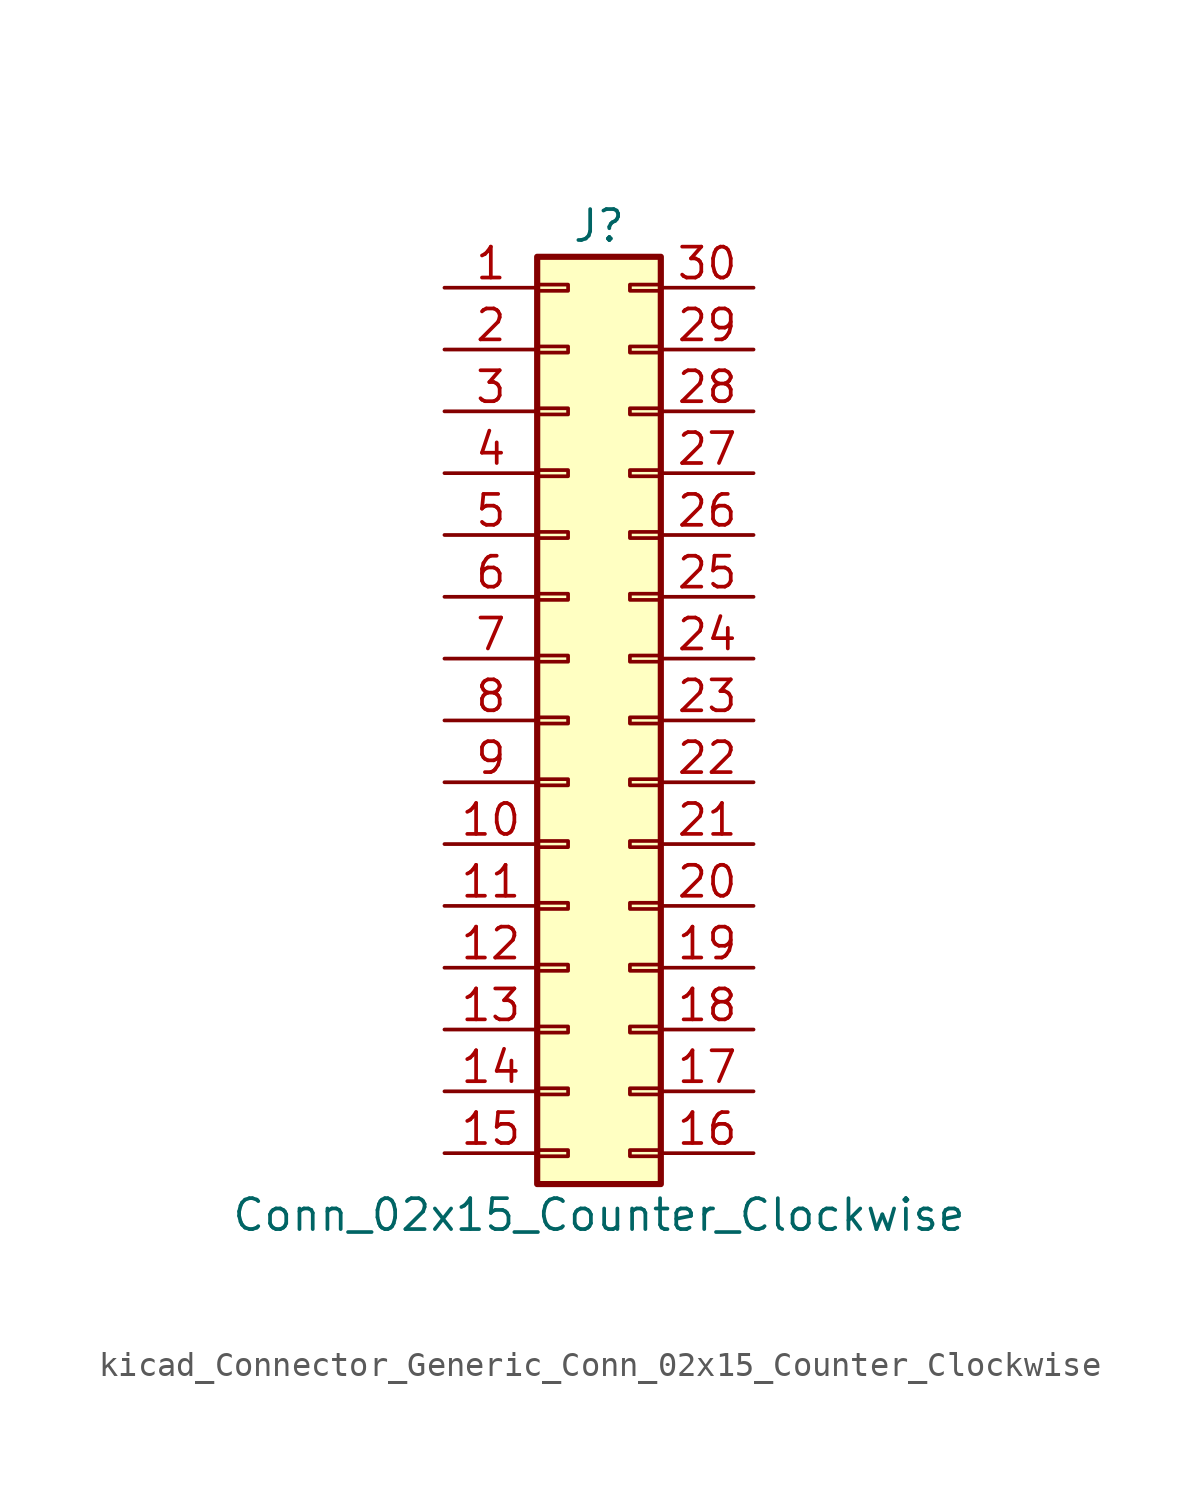
<source format=kicad_sym>
(kicad_symbol_lib
  (version 20220914)
  (generator kicad_symbol_editor)
  (symbol "kicad_Connector_Generic_Conn_02x15_Counter_Clockwise"
    (pin_names
      (offset 1.016) hide)
    (property "Reference" "J"
      (at 1.27 20.32 0)
      (effects (font (size 1.27 1.27))))
    (property "Value" "Conn_02x15_Counter_Clockwise"
      (at 1.27 -20.32 0)
      (effects (font (size 1.27 1.27))))
    (symbol "kicad_Connector_Generic_Conn_02x15_Counter_Clockwise_1_1"
      (rectangle (start -1.27 -17.653) (end 0 -17.907) (stroke (width 0.152) (type default)) (fill (type none)))
      (rectangle (start -1.27 -15.113) (end 0 -15.367) (stroke (width 0.152) (type default)) (fill (type none)))
      (rectangle (start -1.27 -12.573) (end 0 -12.827) (stroke (width 0.152) (type default)) (fill (type none)))
      (rectangle (start -1.27 -10.033) (end 0 -10.287) (stroke (width 0.152) (type default)) (fill (type none)))
      (rectangle (start -1.27 -7.493) (end 0 -7.747) (stroke (width 0.152) (type default)) (fill (type none)))
      (rectangle (start -1.27 -4.953) (end 0 -5.207) (stroke (width 0.152) (type default)) (fill (type none)))
      (rectangle (start -1.27 -2.413) (end 0 -2.667) (stroke (width 0.152) (type default)) (fill (type none)))
      (rectangle (start -1.27 0.127) (end 0 -0.127) (stroke (width 0.152) (type default)) (fill (type none)))
      (rectangle (start -1.27 2.667) (end 0 2.413) (stroke (width 0.152) (type default)) (fill (type none)))
      (rectangle (start -1.27 5.207) (end 0 4.953) (stroke (width 0.152) (type default)) (fill (type none)))
      (rectangle (start -1.27 7.747) (end 0 7.493) (stroke (width 0.152) (type default)) (fill (type none)))
      (rectangle (start -1.27 10.287) (end 0 10.033) (stroke (width 0.152) (type default)) (fill (type none)))
      (rectangle (start -1.27 12.827) (end 0 12.573) (stroke (width 0.152) (type default)) (fill (type none)))
      (rectangle (start -1.27 15.367) (end 0 15.113) (stroke (width 0.152) (type default)) (fill (type none)))
      (rectangle (start -1.27 17.907) (end 0 17.653) (stroke (width 0.152) (type default)) (fill (type none)))
      (rectangle (start -1.27 19.05) (end 3.81 -19.05) (stroke (width 0.254) (type default)) (fill (type background)))
      (rectangle (start 3.81 -17.653) (end 2.54 -17.907) (stroke (width 0.152) (type default)) (fill (type none)))
      (rectangle (start 3.81 -15.113) (end 2.54 -15.367) (stroke (width 0.152) (type default)) (fill (type none)))
      (rectangle (start 3.81 -12.573) (end 2.54 -12.827) (stroke (width 0.152) (type default)) (fill (type none)))
      (rectangle (start 3.81 -10.033) (end 2.54 -10.287) (stroke (width 0.152) (type default)) (fill (type none)))
      (rectangle (start 3.81 -7.493) (end 2.54 -7.747) (stroke (width 0.152) (type default)) (fill (type none)))
      (rectangle (start 3.81 -4.953) (end 2.54 -5.207) (stroke (width 0.152) (type default)) (fill (type none)))
      (rectangle (start 3.81 -2.413) (end 2.54 -2.667) (stroke (width 0.152) (type default)) (fill (type none)))
      (rectangle (start 3.81 0.127) (end 2.54 -0.127) (stroke (width 0.152) (type default)) (fill (type none)))
      (rectangle (start 3.81 2.667) (end 2.54 2.413) (stroke (width 0.152) (type default)) (fill (type none)))
      (rectangle (start 3.81 5.207) (end 2.54 4.953) (stroke (width 0.152) (type default)) (fill (type none)))
      (rectangle (start 3.81 7.747) (end 2.54 7.493) (stroke (width 0.152) (type default)) (fill (type none)))
      (rectangle (start 3.81 10.287) (end 2.54 10.033) (stroke (width 0.152) (type default)) (fill (type none)))
      (rectangle (start 3.81 12.827) (end 2.54 12.573) (stroke (width 0.152) (type default)) (fill (type none)))
      (rectangle (start 3.81 15.367) (end 2.54 15.113) (stroke (width 0.152) (type default)) (fill (type none)))
      (rectangle (start 3.81 17.907) (end 2.54 17.653) (stroke (width 0.152) (type default)) (fill (type none)))
      (pin passive line (at -5.08 17.78 0) (length 3.81) (name "Pin_1" (effects (font (size 1.27 1.27)))) (number "1" (effects (font (size 1.27 1.27)))))
      (pin passive line (at -5.08 -5.08 0) (length 3.81) (name "Pin_10" (effects (font (size 1.27 1.27)))) (number "10" (effects (font (size 1.27 1.27)))))
      (pin passive line (at -5.08 -7.62 0) (length 3.81) (name "Pin_11" (effects (font (size 1.27 1.27)))) (number "11" (effects (font (size 1.27 1.27)))))
      (pin passive line (at -5.08 -10.16 0) (length 3.81) (name "Pin_12" (effects (font (size 1.27 1.27)))) (number "12" (effects (font (size 1.27 1.27)))))
      (pin passive line (at -5.08 -12.7 0) (length 3.81) (name "Pin_13" (effects (font (size 1.27 1.27)))) (number "13" (effects (font (size 1.27 1.27)))))
      (pin passive line (at -5.08 -15.24 0) (length 3.81) (name "Pin_14" (effects (font (size 1.27 1.27)))) (number "14" (effects (font (size 1.27 1.27)))))
      (pin passive line (at -5.08 -17.78 0) (length 3.81) (name "Pin_15" (effects (font (size 1.27 1.27)))) (number "15" (effects (font (size 1.27 1.27)))))
      (pin passive line (at 7.62 -17.78 180) (length 3.81) (name "Pin_16" (effects (font (size 1.27 1.27)))) (number "16" (effects (font (size 1.27 1.27)))))
      (pin passive line (at 7.62 -15.24 180) (length 3.81) (name "Pin_17" (effects (font (size 1.27 1.27)))) (number "17" (effects (font (size 1.27 1.27)))))
      (pin passive line (at 7.62 -12.7 180) (length 3.81) (name "Pin_18" (effects (font (size 1.27 1.27)))) (number "18" (effects (font (size 1.27 1.27)))))
      (pin passive line (at 7.62 -10.16 180) (length 3.81) (name "Pin_19" (effects (font (size 1.27 1.27)))) (number "19" (effects (font (size 1.27 1.27)))))
      (pin passive line (at -5.08 15.24 0) (length 3.81) (name "Pin_2" (effects (font (size 1.27 1.27)))) (number "2" (effects (font (size 1.27 1.27)))))
      (pin passive line (at 7.62 -7.62 180) (length 3.81) (name "Pin_20" (effects (font (size 1.27 1.27)))) (number "20" (effects (font (size 1.27 1.27)))))
      (pin passive line (at 7.62 -5.08 180) (length 3.81) (name "Pin_21" (effects (font (size 1.27 1.27)))) (number "21" (effects (font (size 1.27 1.27)))))
      (pin passive line (at 7.62 -2.54 180) (length 3.81) (name "Pin_22" (effects (font (size 1.27 1.27)))) (number "22" (effects (font (size 1.27 1.27)))))
      (pin passive line (at 7.62 0 180) (length 3.81) (name "Pin_23" (effects (font (size 1.27 1.27)))) (number "23" (effects (font (size 1.27 1.27)))))
      (pin passive line (at 7.62 2.54 180) (length 3.81) (name "Pin_24" (effects (font (size 1.27 1.27)))) (number "24" (effects (font (size 1.27 1.27)))))
      (pin passive line (at 7.62 5.08 180) (length 3.81) (name "Pin_25" (effects (font (size 1.27 1.27)))) (number "25" (effects (font (size 1.27 1.27)))))
      (pin passive line (at 7.62 7.62 180) (length 3.81) (name "Pin_26" (effects (font (size 1.27 1.27)))) (number "26" (effects (font (size 1.27 1.27)))))
      (pin passive line (at 7.62 10.16 180) (length 3.81) (name "Pin_27" (effects (font (size 1.27 1.27)))) (number "27" (effects (font (size 1.27 1.27)))))
      (pin passive line (at 7.62 12.7 180) (length 3.81) (name "Pin_28" (effects (font (size 1.27 1.27)))) (number "28" (effects (font (size 1.27 1.27)))))
      (pin passive line (at 7.62 15.24 180) (length 3.81) (name "Pin_29" (effects (font (size 1.27 1.27)))) (number "29" (effects (font (size 1.27 1.27)))))
      (pin passive line (at -5.08 12.7 0) (length 3.81) (name "Pin_3" (effects (font (size 1.27 1.27)))) (number "3" (effects (font (size 1.27 1.27)))))
      (pin passive line (at 7.62 17.78 180) (length 3.81) (name "Pin_30" (effects (font (size 1.27 1.27)))) (number "30" (effects (font (size 1.27 1.27)))))
      (pin passive line (at -5.08 10.16 0) (length 3.81) (name "Pin_4" (effects (font (size 1.27 1.27)))) (number "4" (effects (font (size 1.27 1.27)))))
      (pin passive line (at -5.08 7.62 0) (length 3.81) (name "Pin_5" (effects (font (size 1.27 1.27)))) (number "5" (effects (font (size 1.27 1.27)))))
      (pin passive line (at -5.08 5.08 0) (length 3.81) (name "Pin_6" (effects (font (size 1.27 1.27)))) (number "6" (effects (font (size 1.27 1.27)))))
      (pin passive line (at -5.08 2.54 0) (length 3.81) (name "Pin_7" (effects (font (size 1.27 1.27)))) (number "7" (effects (font (size 1.27 1.27)))))
      (pin passive line (at -5.08 0 0) (length 3.81) (name "Pin_8" (effects (font (size 1.27 1.27)))) (number "8" (effects (font (size 1.27 1.27)))))
      (pin passive line (at -5.08 -2.54 0) (length 3.81) (name "Pin_9" (effects (font (size 1.27 1.27)))) (number "9" (effects (font (size 1.27 1.27))))))))
</source>
